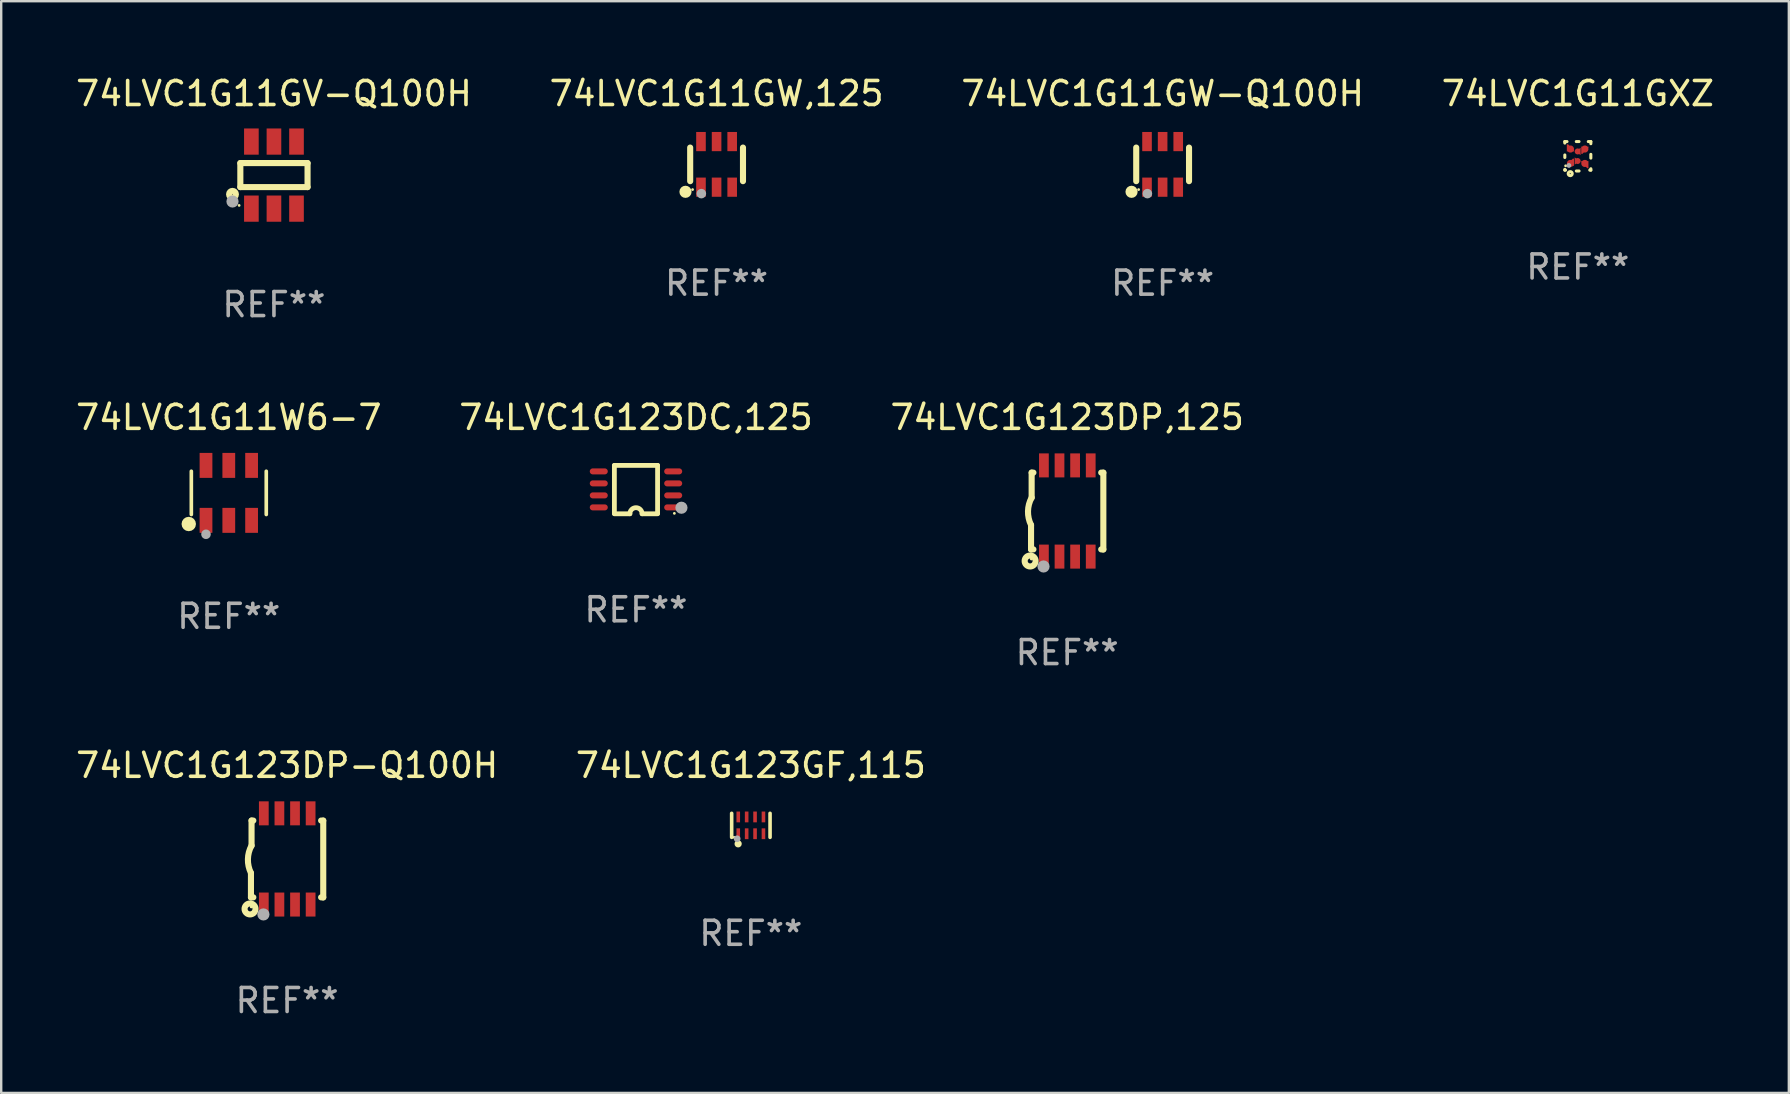
<source format=kicad_pcb>
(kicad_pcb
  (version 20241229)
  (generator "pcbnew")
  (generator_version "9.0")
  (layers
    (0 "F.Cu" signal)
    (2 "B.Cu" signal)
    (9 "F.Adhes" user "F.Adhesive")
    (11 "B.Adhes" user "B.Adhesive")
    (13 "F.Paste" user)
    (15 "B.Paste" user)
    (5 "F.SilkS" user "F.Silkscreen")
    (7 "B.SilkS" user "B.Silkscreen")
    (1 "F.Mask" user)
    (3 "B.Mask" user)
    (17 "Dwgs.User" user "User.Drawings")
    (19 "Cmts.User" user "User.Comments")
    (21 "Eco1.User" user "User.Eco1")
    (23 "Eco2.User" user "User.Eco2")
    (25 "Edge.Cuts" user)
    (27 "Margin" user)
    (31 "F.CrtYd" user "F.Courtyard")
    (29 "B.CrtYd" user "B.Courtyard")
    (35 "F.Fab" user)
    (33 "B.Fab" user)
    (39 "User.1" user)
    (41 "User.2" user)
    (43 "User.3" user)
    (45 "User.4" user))
  (footprint "74LVC1G11W6-7"
    (layer "F.Cu")
    (at 6.482 17.484)
    (property "Reference" "74LVC1G11W6-7" (at 0 -3.145 0) (layer "F.SilkS") (effects (font (size 1 1) (thickness 0.15))))
    (attr through_hole)
    (fp_line (start -1.561 0.901) (end -1.561 -0.901) (stroke (width 0.152) (type solid)) (layer "F.SilkS"))
    (fp_line (start 1.561 0.901) (end 1.561 -0.901) (stroke (width 0.152) (type solid)) (layer "F.SilkS"))
    (fp_circle (center -1.668 1.297) (end -1.518 1.297) (stroke (width 0.3) (type solid)) (fill no) (layer "F.SilkS"))
    (fp_circle (center -1.485 1.425) (end -1.455 1.425) (stroke (width 0.06) (type solid)) (fill no) (layer "F.SilkS"))
    (fp_circle (center -0.95 1.725) (end -0.85 1.725) (stroke (width 0.2) (type solid)) (fill no) (layer "F.Fab"))
    (fp_text user "REF**" (at 0 5.145 0) (layer "F.Fab") (effects (font (size 1 1) (thickness 0.15))))
    (pad "1" smd rect (at -0.95 1.145) (size 0.532 1.04) (layers "F.Cu" "F.Mask" "F.Paste"))
    (pad "2" smd rect (at 0 1.145) (size 0.532 1.04) (layers "F.Cu" "F.Mask" "F.Paste"))
    (pad "3" smd rect (at 0.95 1.145) (size 0.532 1.04) (layers "F.Cu" "F.Mask" "F.Paste"))
    (pad "4" smd rect (at 0.95 -1.145) (size 0.532 1.04) (layers "F.Cu" "F.Mask" "F.Paste"))
    (pad "5" smd rect (at 0 -1.145) (size 0.532 1.04) (layers "F.Cu" "F.Mask" "F.Paste"))
    (pad "6" smd rect (at -0.95 -1.145) (size 0.532 1.04) (layers "F.Cu" "F.Mask" "F.Paste")))
  (footprint "74LVC1G11GV-Q100H"
    (layer "F.Cu")
    (at 8.363 4.245)
    (property "Reference" "74LVC1G11GV-Q100H" (at 0 -3.397 0) (layer "F.SilkS") (effects (font (size 1 1) (thickness 0.15))))
    (attr through_hole)
    (fp_line (start -1.4 -0.501) (end -1.4 0.5) (stroke (width 0.254) (type solid)) (layer "F.SilkS"))
    (fp_line (start -1.4 0.5) (end 1.4 0.5) (stroke (width 0.254) (type solid)) (layer "F.SilkS"))
    (fp_line (start 1.4 -0.501) (end -1.4 -0.501) (stroke (width 0.254) (type solid)) (layer "F.SilkS"))
    (fp_line (start 1.4 0.5) (end 1.4 -0.501) (stroke (width 0.254) (type solid)) (layer "F.SilkS"))
    (fp_circle (center -1.727 0.8) (end -1.585 0.8) (stroke (width 0.254) (type solid)) (fill no) (layer "F.SilkS"))
    (fp_circle (center -1.45 1.263) (end -1.42 1.263) (stroke (width 0.06) (type solid)) (fill no) (layer "F.SilkS"))
    (fp_circle (center -1.727 1.1) (end -1.6 1.1) (stroke (width 0.254) (type solid)) (fill no) (layer "F.Fab"))
    (fp_text user "REF**" (at 0 5.397 0) (layer "F.Fab") (effects (font (size 1 1) (thickness 0.15))))
    (pad "1" smd rect (at -0.94 1.397 180) (size 0.61 1.092) (layers "F.Cu" "F.Mask" "F.Paste"))
    (pad "2" smd rect (at 0.000127 1.397 180) (size 0.61 1.092) (layers "F.Cu" "F.Mask" "F.Paste"))
    (pad "3" smd rect (at 0.94 1.397 180) (size 0.61 1.092) (layers "F.Cu" "F.Mask" "F.Paste"))
    (pad "4" smd rect (at 0.94 -1.397 180) (size 0.61 1.092) (layers "F.Cu" "F.Mask" "F.Paste"))
    (pad "5" smd rect (at 0.000127 -1.397 180) (size 0.61 1.092) (layers "F.Cu" "F.Mask" "F.Paste"))
    (pad "6" smd rect (at -0.94 -1.397 180) (size 0.61 1.092) (layers "F.Cu" "F.Mask" "F.Paste")))
  (footprint "74LVC1G123GF,115"
    (layer "F.Cu")
    (at 28.232 31.335)
    (property "Reference" "74LVC1G123GF,115" (at 0 -2.5 0) (layer "F.SilkS") (effects (font (size 1 1) (thickness 0.15))))
    (attr through_hole)
    (fp_line (start -0.8 -0.5) (end -0.8 0.5) (stroke (width 0.15) (type solid)) (layer "F.SilkS"))
    (fp_line (start 0.8 -0.5) (end 0.8 0.5) (stroke (width 0.15) (type solid)) (layer "F.SilkS"))
    (fp_circle (center -0.7 0.5) (end -0.67 0.5) (stroke (width 0.06) (type solid)) (fill no) (layer "F.SilkS"))
    (fp_circle (center -0.53 0.77) (end -0.454 0.77) (stroke (width 0.15) (type solid)) (fill no) (layer "F.SilkS"))
    (fp_circle (center -0.57 0.56) (end -0.5 0.56) (stroke (width 0.14) (type solid)) (fill no) (layer "F.Fab"))
    (fp_text user "REF**" (at 0 4.5 0) (layer "F.Fab") (effects (font (size 1 1) (thickness 0.15))))
    (pad "1" smd rect (at -0.525 0.35) (size 0.15 0.45) (layers "F.Cu" "F.Mask" "F.Paste"))
    (pad "2" smd rect (at -0.175 0.35) (size 0.15 0.45) (layers "F.Cu" "F.Mask" "F.Paste"))
    (pad "3" smd rect (at 0.175 0.35) (size 0.15 0.45) (layers "F.Cu" "F.Mask" "F.Paste"))
    (pad "4" smd rect (at 0.525 0.35) (size 0.15 0.45) (layers "F.Cu" "F.Mask" "F.Paste"))
    (pad "5" smd rect (at 0.525 -0.35) (size 0.15 0.45) (layers "F.Cu" "F.Mask" "F.Paste"))
    (pad "6" smd rect (at 0.175 -0.35) (size 0.15 0.45) (layers "F.Cu" "F.Mask" "F.Paste"))
    (pad "7" smd rect (at -0.175 -0.35) (size 0.15 0.45) (layers "F.Cu" "F.Mask" "F.Paste"))
    (pad "8" smd rect (at -0.525 -0.35) (size 0.15 0.45) (layers "F.Cu" "F.Mask" "F.Paste")))
  (footprint "74LVC1G123DP,125"
    (layer "F.Cu")
    (at 41.411 18.239)
    (property "Reference" "74LVC1G123DP,125" (at 0 -3.9 0) (layer "F.SilkS") (effects (font (size 1 1) (thickness 0.15))))
    (attr through_hole)
    (fp_line (start -1.506 1.6) (end -1.506 0.584) (stroke (width 0.254) (type solid)) (layer "F.SilkS"))
    (fp_line (start -1.506 1.6) (end -1.407 1.6) (stroke (width 0.254) (type solid)) (layer "F.SilkS"))
    (fp_line (start -1.481 -1.599) (end -1.481 -0.549) (stroke (width 0.254) (type solid)) (layer "F.SilkS"))
    (fp_line (start -1.481 -1.599) (end -1.407 -1.599) (stroke (width 0.254) (type solid)) (layer "F.SilkS"))
    (fp_line (start 1.417 -1.599) (end 1.506 -1.599) (stroke (width 0.254) (type solid)) (layer "F.SilkS"))
    (fp_line (start 1.417 1.6) (end 1.506 1.6) (stroke (width 0.254) (type solid)) (layer "F.SilkS"))
    (fp_line (start 1.506 1.603) (end 1.506 -1.595) (stroke (width 0.254) (type solid)) (layer "F.SilkS"))
    (fp_arc (start -1.506223 0.584328) (mid -1.632455 0.00974) (end -1.480823 -0.558674) (stroke (width 0.254001) (type solid)) (layer "F.SilkS"))
    (fp_circle (center -1.544 2.083) (end -1.443 2.083) (stroke (width 0.254) (type solid)) (fill no) (layer "F.SilkS"))
    (fp_circle (center -1.495 2) (end -1.465 2) (stroke (width 0.06) (type solid)) (fill no) (layer "F.SilkS"))
    (fp_circle (center -0.986 2.312) (end -0.859 2.312) (stroke (width 0.254) (type solid)) (fill no) (layer "F.Fab"))
    (fp_text user "REF**" (at 0 5.9 0) (layer "F.Fab") (effects (font (size 1 1) (thickness 0.15))))
    (pad "1" smd rect (at -0.97 1.9 90) (size 1 0.406) (layers "F.Cu" "F.Mask" "F.Paste"))
    (pad "2" smd rect (at -0.32 1.9 90) (size 1 0.406) (layers "F.Cu" "F.Mask" "F.Paste"))
    (pad "3" smd rect (at 0.33 1.9 90) (size 1 0.406) (layers "F.Cu" "F.Mask" "F.Paste"))
    (pad "4" smd rect (at 0.98 1.9 90) (size 1 0.406) (layers "F.Cu" "F.Mask" "F.Paste"))
    (pad "5" smd rect (at 0.98 -1.9 90) (size 1 0.406) (layers "F.Cu" "F.Mask" "F.Paste"))
    (pad "6" smd rect (at 0.33 -1.9 90) (size 1 0.406) (layers "F.Cu" "F.Mask" "F.Paste"))
    (pad "7" smd rect (at -0.32 -1.9 90) (size 1 0.406) (layers "F.Cu" "F.Mask" "F.Paste"))
    (pad "8" smd rect (at -0.97 -1.9 90) (size 1 0.406) (layers "F.Cu" "F.Mask" "F.Paste")))
  (footprint "74LVC1G11GXZ"
    (layer "F.Cu")
    (at 62.685 3.461)
    (property "Reference" "74LVC1G11GXZ" (at 0 -2.613 0) (layer "F.SilkS") (effects (font (size 1 1) (thickness 0.15))))
    (attr through_hole)
    (fp_line (start -0.542 -0.613) (end -0.451 -0.613) (stroke (width 0.127) (type solid)) (layer "F.SilkS"))
    (fp_line (start -0.542 -0.55) (end -0.542 -0.613) (stroke (width 0.127) (type solid)) (layer "F.SilkS"))
    (fp_line (start -0.542 0.05) (end -0.542 -0.055) (stroke (width 0.127) (type solid)) (layer "F.SilkS"))
    (fp_line (start -0.542 0.577) (end -0.542 0.545) (stroke (width 0.127) (type solid)) (layer "F.SilkS"))
    (fp_line (start -0.512 0.577) (end -0.542 0.577) (stroke (width 0.127) (type solid)) (layer "F.SilkS"))
    (fp_line (start -0.064 -0.613) (end 0.049 -0.613) (stroke (width 0.127) (type solid)) (layer "F.SilkS"))
    (fp_line (start -0.062 0.613) (end 0.051 0.613) (stroke (width 0.127) (type solid)) (layer "F.SilkS"))
    (fp_line (start 0.436 -0.613) (end 0.542 -0.613) (stroke (width 0.127) (type solid)) (layer "F.SilkS"))
    (fp_line (start 0.542 -0.613) (end 0.542 -0.524) (stroke (width 0.127) (type solid)) (layer "F.SilkS"))
    (fp_line (start 0.542 -0.081) (end 0.542 0.076) (stroke (width 0.127) (type solid)) (layer "F.SilkS"))
    (fp_line (start 0.542 0.519) (end 0.542 0.577) (stroke (width 0.127) (type solid)) (layer "F.SilkS"))
    (fp_line (start 0.542 0.577) (end 0.497 0.577) (stroke (width 0.127) (type solid)) (layer "F.SilkS"))
    (fp_circle (center -0.508 0.397) (end -0.478 0.397) (stroke (width 0.06) (type solid)) (fill no) (layer "F.SilkS"))
    (fp_circle (center -0.317 0.723) (end -0.296 0.723) (stroke (width 0.127) (type solid)) (fill no) (layer "F.SilkS"))
    (fp_circle (center -0.373 0.382) (end -0.322 0.382) (stroke (width 0.1) (type solid)) (fill no) (layer "F.Fab"))
    (fp_text user "REF**" (at 0 4.613 0) (layer "F.Fab") (effects (font (size 1 1) (thickness 0.15))))
    (pad "1" smd custom (at -0.308 0.298 90) (size 0.3 0.3) (layers "F.Cu" "F.Mask" "F.Paste") (options (anchor circle)) (primitives (gr_poly (pts (xy -0.1 0.15) (xy 0.2 0.15) (xy 0.2 0.1) (xy -0.05 -0.15) (xy -0.1 -0.15)) (width 0) (fill yes))))
    (pad "2" smd custom (at -0.008 0.197 90) (size 0.25 0.3) (layers "F.Cu" "F.Mask" "F.Paste") (options (anchor circle)) (primitives (gr_poly (pts (xy -0.15 -0.125) (xy 0.15 -0.125) (xy 0.000076 0.125)) (width 0) (fill yes))))
    (pad "3" smd custom (at 0.292 0.298 90) (size 0.3 0.3) (layers "F.Cu" "F.Mask" "F.Paste") (options (anchor circle)) (primitives (gr_poly (pts (xy 0.1 0.15) (xy 0.1 -0.15) (xy 0.05 -0.15) (xy -0.2 0.1) (xy -0.2 0.15)) (width 0) (fill yes))))
    (pad "4" smd custom (at 0.292 -0.302 90) (size 0.3 0.3) (layers "F.Cu" "F.Mask" "F.Paste") (options (anchor circle)) (primitives (gr_poly (pts (xy 0.1 -0.15) (xy -0.2 -0.15) (xy -0.2 -0.1) (xy 0.05 0.15) (xy 0.1 0.15)) (width 0) (fill yes))))
    (pad "5" smd custom (at -0.008 -0.202 90) (size 0.25 0.3) (layers "F.Cu" "F.Mask" "F.Paste") (options (anchor circle)) (primitives (gr_poly (pts (xy -0.15 0.125) (xy 0.15 0.125) (xy 0.000051 -0.125)) (width 0) (fill yes))))
    (pad "6" smd custom (at -0.308 -0.302 90) (size 0.3 0.3) (layers "F.Cu" "F.Mask" "F.Paste") (options (anchor circle)) (primitives (gr_poly (pts (xy -0.1 -0.15) (xy 0.2 -0.15) (xy 0.2 -0.1) (xy -0.05 0.15) (xy -0.1 0.15)) (width 0) (fill yes)))))
  (footprint "74LVC1G11GW,125"
    (layer "F.Cu")
    (at 26.804 3.798)
    (property "Reference" "74LVC1G11GW,125" (at 0 -2.95 0) (layer "F.SilkS") (effects (font (size 1 1) (thickness 0.15))))
    (attr through_hole)
    (fp_line (start -1.1 -0.7) (end -1.1 0.7) (stroke (width 0.254) (type solid)) (layer "F.SilkS"))
    (fp_line (start 1.1 -0.7) (end 1.1 0.7) (stroke (width 0.254) (type solid)) (layer "F.SilkS"))
    (fp_circle (center -1.295 1.143) (end -1.168 1.143) (stroke (width 0.254) (type solid)) (fill no) (layer "F.SilkS"))
    (fp_circle (center -1 1.05) (end -0.97 1.05) (stroke (width 0.06) (type solid)) (fill no) (layer "F.SilkS"))
    (fp_circle (center -0.635 1.219) (end -0.535 1.219) (stroke (width 0.2) (type solid)) (fill no) (layer "F.Fab"))
    (fp_text user "REF**" (at 0 4.95 0) (layer "F.Fab") (effects (font (size 1 1) (thickness 0.15))))
    (pad "1" smd rect (at -0.65 0.95) (size 0.4 0.8) (layers "F.Cu" "F.Mask" "F.Paste"))
    (pad "2" smd rect (at 0 0.95) (size 0.4 0.8) (layers "F.Cu" "F.Mask" "F.Paste"))
    (pad "3" smd rect (at 0.65 0.95) (size 0.4 0.8) (layers "F.Cu" "F.Mask" "F.Paste"))
    (pad "4" smd rect (at 0.65 -0.95) (size 0.4 0.8) (layers "F.Cu" "F.Mask" "F.Paste"))
    (pad "5" smd rect (at 0 -0.95) (size 0.4 0.8) (layers "F.Cu" "F.Mask" "F.Paste"))
    (pad "6" smd rect (at -0.65 -0.95) (size 0.4 0.8) (layers "F.Cu" "F.Mask" "F.Paste")))
  (footprint "74LVC1G123DP-Q100H"
    (layer "F.Cu")
    (at 8.911 32.735)
    (property "Reference" "74LVC1G123DP-Q100H" (at 0 -3.9 0) (layer "F.SilkS") (effects (font (size 1 1) (thickness 0.15))))
    (attr through_hole)
    (fp_line (start -1.506 1.6) (end -1.506 0.584) (stroke (width 0.254) (type solid)) (layer "F.SilkS"))
    (fp_line (start -1.506 1.6) (end -1.407 1.6) (stroke (width 0.254) (type solid)) (layer "F.SilkS"))
    (fp_line (start -1.481 -1.599) (end -1.481 -0.549) (stroke (width 0.254) (type solid)) (layer "F.SilkS"))
    (fp_line (start -1.481 -1.599) (end -1.407 -1.599) (stroke (width 0.254) (type solid)) (layer "F.SilkS"))
    (fp_line (start 1.417 -1.599) (end 1.506 -1.599) (stroke (width 0.254) (type solid)) (layer "F.SilkS"))
    (fp_line (start 1.417 1.6) (end 1.506 1.6) (stroke (width 0.254) (type solid)) (layer "F.SilkS"))
    (fp_line (start 1.506 1.603) (end 1.506 -1.595) (stroke (width 0.254) (type solid)) (layer "F.SilkS"))
    (fp_arc (start -1.506223 0.584328) (mid -1.632455 0.00974) (end -1.480823 -0.558674) (stroke (width 0.254001) (type solid)) (layer "F.SilkS"))
    (fp_circle (center -1.544 2.083) (end -1.443 2.083) (stroke (width 0.254) (type solid)) (fill no) (layer "F.SilkS"))
    (fp_circle (center -1.495 2) (end -1.465 2) (stroke (width 0.06) (type solid)) (fill no) (layer "F.SilkS"))
    (fp_circle (center -0.986 2.312) (end -0.859 2.312) (stroke (width 0.254) (type solid)) (fill no) (layer "F.Fab"))
    (fp_text user "REF**" (at 0 5.9 0) (layer "F.Fab") (effects (font (size 1 1) (thickness 0.15))))
    (pad "1" smd rect (at -0.97 1.9 90) (size 1 0.406) (layers "F.Cu" "F.Mask" "F.Paste"))
    (pad "2" smd rect (at -0.32 1.9 90) (size 1 0.406) (layers "F.Cu" "F.Mask" "F.Paste"))
    (pad "3" smd rect (at 0.33 1.9 90) (size 1 0.406) (layers "F.Cu" "F.Mask" "F.Paste"))
    (pad "4" smd rect (at 0.98 1.9 90) (size 1 0.406) (layers "F.Cu" "F.Mask" "F.Paste"))
    (pad "5" smd rect (at 0.98 -1.9 90) (size 1 0.406) (layers "F.Cu" "F.Mask" "F.Paste"))
    (pad "6" smd rect (at 0.33 -1.9 90) (size 1 0.406) (layers "F.Cu" "F.Mask" "F.Paste"))
    (pad "7" smd rect (at -0.32 -1.9 90) (size 1 0.406) (layers "F.Cu" "F.Mask" "F.Paste"))
    (pad "8" smd rect (at -0.97 -1.9 90) (size 1 0.406) (layers "F.Cu" "F.Mask" "F.Paste")))
  (footprint "74LVC1G123DC,125"
    (layer "F.Cu")
    (at 23.446 17.347)
    (property "Reference" "74LVC1G123DC,125" (at 0 -3.008 0) (layer "F.SilkS") (effects (font (size 1 1) (thickness 0.15))))
    (attr through_hole)
    (fp_line (start -0.9 -1.008) (end -0.9 0.992) (stroke (width 0.2) (type solid)) (layer "F.SilkS"))
    (fp_line (start -0.254 1.008) (end -0.9 1.008) (stroke (width 0.2) (type solid)) (layer "F.SilkS"))
    (fp_line (start 0.254 1.008) (end 0.9 1.008) (stroke (width 0.2) (type solid)) (layer "F.SilkS"))
    (fp_line (start 0.9 -1.008) (end -0.9 -1.008) (stroke (width 0.2) (type solid)) (layer "F.SilkS"))
    (fp_line (start 0.9 0.992) (end 0.9 -1.008) (stroke (width 0.2) (type solid)) (layer "F.SilkS"))
    (fp_arc (start -0.254128 1.007976) (mid -0.000127 0.753975) (end 0.253874 1.007976) (stroke (width 0.2) (type solid)) (layer "F.SilkS"))
    (fp_circle (center 1.599 0.99) (end 1.629 0.99) (stroke (width 0.06) (type solid)) (fill no) (layer "F.SilkS"))
    (fp_circle (center 1.894 0.756) (end 2.021 0.756) (stroke (width 0.254) (type solid)) (fill no) (layer "F.Fab"))
    (fp_text user "REF**" (at 0 5.008 0) (layer "F.Fab") (effects (font (size 1 1) (thickness 0.15))))
    (pad "1" smd oval (at 1.55 0.742) (size 0.75 0.25) (layers "F.Cu" "F.Mask" "F.Paste"))
    (pad "2" smd oval (at 1.55 0.242) (size 0.75 0.25) (layers "F.Cu" "F.Mask" "F.Paste"))
    (pad "3" smd oval (at 1.55 -0.258) (size 0.75 0.25) (layers "F.Cu" "F.Mask" "F.Paste"))
    (pad "4" smd oval (at 1.55 -0.758) (size 0.75 0.25) (layers "F.Cu" "F.Mask" "F.Paste"))
    (pad "5" smd oval (at -1.55 -0.758) (size 0.75 0.25) (layers "F.Cu" "F.Mask" "F.Paste"))
    (pad "6" smd oval (at -1.55 -0.258) (size 0.75 0.25) (layers "F.Cu" "F.Mask" "F.Paste"))
    (pad "7" smd oval (at -1.55 0.242) (size 0.75 0.25) (layers "F.Cu" "F.Mask" "F.Paste"))
    (pad "8" smd oval (at -1.55 0.742) (size 0.75 0.25) (layers "F.Cu" "F.Mask" "F.Paste")))
  (footprint "74LVC1G11GW-Q100H"
    (layer "F.Cu")
    (at 45.387 3.798)
    (property "Reference" "74LVC1G11GW-Q100H" (at 0 -2.95 0) (layer "F.SilkS") (effects (font (size 1 1) (thickness 0.15))))
    (attr through_hole)
    (fp_line (start -1.1 -0.7) (end -1.1 0.7) (stroke (width 0.254) (type solid)) (layer "F.SilkS"))
    (fp_line (start 1.1 -0.7) (end 1.1 0.7) (stroke (width 0.254) (type solid)) (layer "F.SilkS"))
    (fp_circle (center -1.295 1.143) (end -1.168 1.143) (stroke (width 0.254) (type solid)) (fill no) (layer "F.SilkS"))
    (fp_circle (center -1 1.05) (end -0.97 1.05) (stroke (width 0.06) (type solid)) (fill no) (layer "F.SilkS"))
    (fp_circle (center -0.635 1.219) (end -0.535 1.219) (stroke (width 0.2) (type solid)) (fill no) (layer "F.Fab"))
    (fp_text user "REF**" (at 0 4.95 0) (layer "F.Fab") (effects (font (size 1 1) (thickness 0.15))))
    (pad "1" smd rect (at -0.65 0.95) (size 0.4 0.8) (layers "F.Cu" "F.Mask" "F.Paste"))
    (pad "2" smd rect (at 0 0.95) (size 0.4 0.8) (layers "F.Cu" "F.Mask" "F.Paste"))
    (pad "3" smd rect (at 0.65 0.95) (size 0.4 0.8) (layers "F.Cu" "F.Mask" "F.Paste"))
    (pad "4" smd rect (at 0.65 -0.95) (size 0.4 0.8) (layers "F.Cu" "F.Mask" "F.Paste"))
    (pad "5" smd rect (at 0 -0.95) (size 0.4 0.8) (layers "F.Cu" "F.Mask" "F.Paste"))
    (pad "6" smd rect (at -0.65 -0.95) (size 0.4 0.8) (layers "F.Cu" "F.Mask" "F.Paste")))
  (gr_rect
    (start -3 -3)
    (end 71.476 42.484)
    (stroke (width 0.1) (type default))
    (fill no)
    (layer "Edge.Cuts")))
</source>
